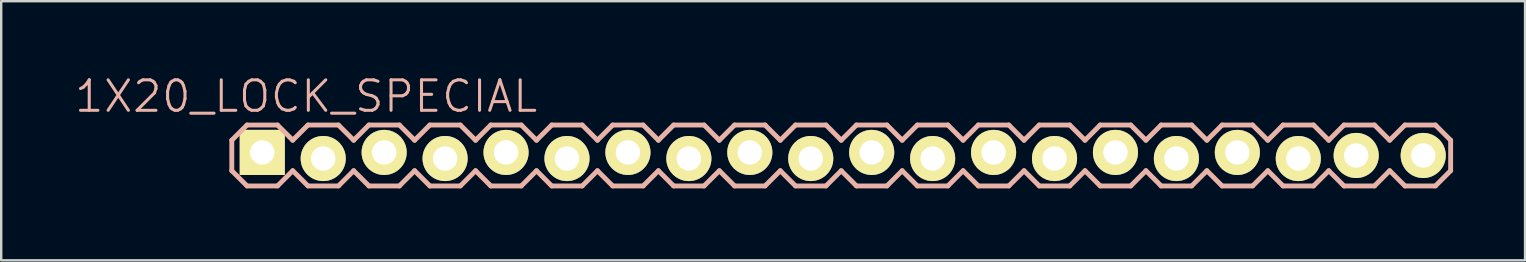
<source format=kicad_pcb>
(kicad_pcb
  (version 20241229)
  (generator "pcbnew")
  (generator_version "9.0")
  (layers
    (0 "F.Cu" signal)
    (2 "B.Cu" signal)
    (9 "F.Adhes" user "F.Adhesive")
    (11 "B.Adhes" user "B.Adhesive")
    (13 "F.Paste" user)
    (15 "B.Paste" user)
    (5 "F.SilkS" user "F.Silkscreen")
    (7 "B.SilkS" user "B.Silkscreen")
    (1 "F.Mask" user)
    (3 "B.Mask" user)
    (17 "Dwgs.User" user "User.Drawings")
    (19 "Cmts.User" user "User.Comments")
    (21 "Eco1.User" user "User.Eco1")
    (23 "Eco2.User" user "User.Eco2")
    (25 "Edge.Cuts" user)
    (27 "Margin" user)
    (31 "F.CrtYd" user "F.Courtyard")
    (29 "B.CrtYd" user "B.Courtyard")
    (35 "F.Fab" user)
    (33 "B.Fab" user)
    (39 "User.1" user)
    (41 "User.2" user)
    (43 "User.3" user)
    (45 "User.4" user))
  (footprint "1X20_LOCK_SPECIAL"
    (layer "F.Cu")
    (at 7.881 3.43)
    (property "Reference" "1X20_LOCK_SPECIAL" (at 1.829 -2.464 0) (layer "B.SilkS") (effects (font (size 1.27 1.27) (thickness 0.127))))
    (attr exclude_from_pos_files exclude_from_bom)
    (fp_line (start -0.254 -0.254) (end 0.254 -0.254) (stroke (width 0.066) (type solid)) (layer "F.SilkS"))
    (fp_line (start -0.254 0.254) (end -0.254 -0.254) (stroke (width 0.066) (type solid)) (layer "F.SilkS"))
    (fp_line (start -0.254 0.254) (end 0.254 0.254) (stroke (width 0.066) (type solid)) (layer "F.SilkS"))
    (fp_line (start 0.254 0.254) (end 0.254 -0.254) (stroke (width 0.066) (type solid)) (layer "F.SilkS"))
    (fp_line (start 2.286 -0.254) (end 2.794 -0.254) (stroke (width 0.066) (type solid)) (layer "F.SilkS"))
    (fp_line (start 2.286 0.254) (end 2.286 -0.254) (stroke (width 0.066) (type solid)) (layer "F.SilkS"))
    (fp_line (start 2.286 0.254) (end 2.794 0.254) (stroke (width 0.066) (type solid)) (layer "F.SilkS"))
    (fp_line (start 2.794 0.254) (end 2.794 -0.254) (stroke (width 0.066) (type solid)) (layer "F.SilkS"))
    (fp_line (start 4.826 -0.254) (end 5.334 -0.254) (stroke (width 0.066) (type solid)) (layer "F.SilkS"))
    (fp_line (start 4.826 0.254) (end 4.826 -0.254) (stroke (width 0.066) (type solid)) (layer "F.SilkS"))
    (fp_line (start 4.826 0.254) (end 5.334 0.254) (stroke (width 0.066) (type solid)) (layer "F.SilkS"))
    (fp_line (start 5.334 0.254) (end 5.334 -0.254) (stroke (width 0.066) (type solid)) (layer "F.SilkS"))
    (fp_line (start 7.366 -0.254) (end 7.874 -0.254) (stroke (width 0.066) (type solid)) (layer "F.SilkS"))
    (fp_line (start 7.366 0.254) (end 7.366 -0.254) (stroke (width 0.066) (type solid)) (layer "F.SilkS"))
    (fp_line (start 7.366 0.254) (end 7.874 0.254) (stroke (width 0.066) (type solid)) (layer "F.SilkS"))
    (fp_line (start 7.874 0.254) (end 7.874 -0.254) (stroke (width 0.066) (type solid)) (layer "F.SilkS"))
    (fp_line (start 9.906 -0.254) (end 10.414 -0.254) (stroke (width 0.066) (type solid)) (layer "F.SilkS"))
    (fp_line (start 9.906 0.254) (end 9.906 -0.254) (stroke (width 0.066) (type solid)) (layer "F.SilkS"))
    (fp_line (start 9.906 0.254) (end 10.414 0.254) (stroke (width 0.066) (type solid)) (layer "F.SilkS"))
    (fp_line (start 10.414 0.254) (end 10.414 -0.254) (stroke (width 0.066) (type solid)) (layer "F.SilkS"))
    (fp_line (start 12.446 -0.254) (end 12.954 -0.254) (stroke (width 0.066) (type solid)) (layer "F.SilkS"))
    (fp_line (start 12.446 0.254) (end 12.446 -0.254) (stroke (width 0.066) (type solid)) (layer "F.SilkS"))
    (fp_line (start 12.446 0.254) (end 12.954 0.254) (stroke (width 0.066) (type solid)) (layer "F.SilkS"))
    (fp_line (start 12.954 0.254) (end 12.954 -0.254) (stroke (width 0.066) (type solid)) (layer "F.SilkS"))
    (fp_line (start 14.986 -0.254) (end 15.494 -0.254) (stroke (width 0.066) (type solid)) (layer "F.SilkS"))
    (fp_line (start 14.986 0.254) (end 14.986 -0.254) (stroke (width 0.066) (type solid)) (layer "F.SilkS"))
    (fp_line (start 14.986 0.254) (end 15.494 0.254) (stroke (width 0.066) (type solid)) (layer "F.SilkS"))
    (fp_line (start 15.494 0.254) (end 15.494 -0.254) (stroke (width 0.066) (type solid)) (layer "F.SilkS"))
    (fp_line (start 17.523 -0.254) (end 18.034 -0.254) (stroke (width 0.066) (type solid)) (layer "F.SilkS"))
    (fp_line (start 17.523 0.254) (end 17.523 -0.254) (stroke (width 0.066) (type solid)) (layer "F.SilkS"))
    (fp_line (start 17.523 0.254) (end 18.034 0.254) (stroke (width 0.066) (type solid)) (layer "F.SilkS"))
    (fp_line (start 18.034 0.254) (end 18.034 -0.254) (stroke (width 0.066) (type solid)) (layer "F.SilkS"))
    (fp_line (start 20.066 -0.254) (end 20.574 -0.254) (stroke (width 0.066) (type solid)) (layer "F.SilkS"))
    (fp_line (start 20.066 0.254) (end 20.066 -0.254) (stroke (width 0.066) (type solid)) (layer "F.SilkS"))
    (fp_line (start 20.066 0.254) (end 20.574 0.254) (stroke (width 0.066) (type solid)) (layer "F.SilkS"))
    (fp_line (start 20.574 0.254) (end 20.574 -0.254) (stroke (width 0.066) (type solid)) (layer "F.SilkS"))
    (fp_line (start 22.606 -0.254) (end 23.114 -0.254) (stroke (width 0.066) (type solid)) (layer "F.SilkS"))
    (fp_line (start 22.606 0.254) (end 22.606 -0.254) (stroke (width 0.066) (type solid)) (layer "F.SilkS"))
    (fp_line (start 22.606 0.254) (end 23.114 0.254) (stroke (width 0.066) (type solid)) (layer "F.SilkS"))
    (fp_line (start 23.114 0.254) (end 23.114 -0.254) (stroke (width 0.066) (type solid)) (layer "F.SilkS"))
    (fp_line (start 25.146 -0.254) (end 25.654 -0.254) (stroke (width 0.066) (type solid)) (layer "F.SilkS"))
    (fp_line (start 25.146 0.254) (end 25.146 -0.254) (stroke (width 0.066) (type solid)) (layer "F.SilkS"))
    (fp_line (start 25.146 0.254) (end 25.654 0.254) (stroke (width 0.066) (type solid)) (layer "F.SilkS"))
    (fp_line (start 25.654 0.254) (end 25.654 -0.254) (stroke (width 0.066) (type solid)) (layer "F.SilkS"))
    (fp_line (start 27.686 -0.254) (end 28.194 -0.254) (stroke (width 0.066) (type solid)) (layer "F.SilkS"))
    (fp_line (start 27.686 0.254) (end 27.686 -0.254) (stroke (width 0.066) (type solid)) (layer "F.SilkS"))
    (fp_line (start 27.686 0.254) (end 28.194 0.254) (stroke (width 0.066) (type solid)) (layer "F.SilkS"))
    (fp_line (start 28.194 0.254) (end 28.194 -0.254) (stroke (width 0.066) (type solid)) (layer "F.SilkS"))
    (fp_line (start 30.226 -0.254) (end 30.734 -0.254) (stroke (width 0.066) (type solid)) (layer "F.SilkS"))
    (fp_line (start 30.226 0.254) (end 30.226 -0.254) (stroke (width 0.066) (type solid)) (layer "F.SilkS"))
    (fp_line (start 30.226 0.254) (end 30.734 0.254) (stroke (width 0.066) (type solid)) (layer "F.SilkS"))
    (fp_line (start 30.734 0.254) (end 30.734 -0.254) (stroke (width 0.066) (type solid)) (layer "F.SilkS"))
    (fp_line (start 32.766 -0.254) (end 33.274 -0.254) (stroke (width 0.066) (type solid)) (layer "F.SilkS"))
    (fp_line (start 32.766 0.254) (end 32.766 -0.254) (stroke (width 0.066) (type solid)) (layer "F.SilkS"))
    (fp_line (start 32.766 0.254) (end 33.274 0.254) (stroke (width 0.066) (type solid)) (layer "F.SilkS"))
    (fp_line (start 33.274 0.254) (end 33.274 -0.254) (stroke (width 0.066) (type solid)) (layer "F.SilkS"))
    (fp_line (start 35.303 -0.254) (end 35.814 -0.254) (stroke (width 0.066) (type solid)) (layer "F.SilkS"))
    (fp_line (start 35.303 0.254) (end 35.303 -0.254) (stroke (width 0.066) (type solid)) (layer "F.SilkS"))
    (fp_line (start 35.303 0.254) (end 35.814 0.254) (stroke (width 0.066) (type solid)) (layer "F.SilkS"))
    (fp_line (start 35.814 0.254) (end 35.814 -0.254) (stroke (width 0.066) (type solid)) (layer "F.SilkS"))
    (fp_line (start 37.846 -0.254) (end 38.354 -0.254) (stroke (width 0.066) (type solid)) (layer "F.SilkS"))
    (fp_line (start 37.846 0.254) (end 37.846 -0.254) (stroke (width 0.066) (type solid)) (layer "F.SilkS"))
    (fp_line (start 37.846 0.254) (end 38.354 0.254) (stroke (width 0.066) (type solid)) (layer "F.SilkS"))
    (fp_line (start 38.354 0.254) (end 38.354 -0.254) (stroke (width 0.066) (type solid)) (layer "F.SilkS"))
    (fp_line (start 40.386 -0.254) (end 40.894 -0.254) (stroke (width 0.066) (type solid)) (layer "F.SilkS"))
    (fp_line (start 40.386 0.254) (end 40.386 -0.254) (stroke (width 0.066) (type solid)) (layer "F.SilkS"))
    (fp_line (start 40.386 0.254) (end 40.894 0.254) (stroke (width 0.066) (type solid)) (layer "F.SilkS"))
    (fp_line (start 40.894 0.254) (end 40.894 -0.254) (stroke (width 0.066) (type solid)) (layer "F.SilkS"))
    (fp_line (start 42.926 -0.254) (end 43.434 -0.254) (stroke (width 0.066) (type solid)) (layer "F.SilkS"))
    (fp_line (start 42.926 0.254) (end 42.926 -0.254) (stroke (width 0.066) (type solid)) (layer "F.SilkS"))
    (fp_line (start 42.926 0.254) (end 43.434 0.254) (stroke (width 0.066) (type solid)) (layer "F.SilkS"))
    (fp_line (start 43.434 0.254) (end 43.434 -0.254) (stroke (width 0.066) (type solid)) (layer "F.SilkS"))
    (fp_line (start 45.466 -0.254) (end 45.974 -0.254) (stroke (width 0.066) (type solid)) (layer "F.SilkS"))
    (fp_line (start 45.466 0.254) (end 45.466 -0.254) (stroke (width 0.066) (type solid)) (layer "F.SilkS"))
    (fp_line (start 45.466 0.254) (end 45.974 0.254) (stroke (width 0.066) (type solid)) (layer "F.SilkS"))
    (fp_line (start 45.974 0.254) (end 45.974 -0.254) (stroke (width 0.066) (type solid)) (layer "F.SilkS"))
    (fp_line (start 48.006 -0.254) (end 48.514 -0.254) (stroke (width 0.066) (type solid)) (layer "F.SilkS"))
    (fp_line (start 48.006 0.254) (end 48.006 -0.254) (stroke (width 0.066) (type solid)) (layer "F.SilkS"))
    (fp_line (start 48.006 0.254) (end 48.514 0.254) (stroke (width 0.066) (type solid)) (layer "F.SilkS"))
    (fp_line (start 48.514 0.254) (end 48.514 -0.254) (stroke (width 0.066) (type solid)) (layer "F.SilkS"))
    (fp_line (start -1.27 -0.635) (end -1.27 0.635) (stroke (width 0.203) (type solid)) (layer "B.SilkS"))
    (fp_line (start -1.27 0.635) (end -0.635 1.27) (stroke (width 0.203) (type solid)) (layer "B.SilkS"))
    (fp_line (start -0.635 -1.27) (end -1.27 -0.635) (stroke (width 0.203) (type solid)) (layer "B.SilkS"))
    (fp_line (start -0.635 -1.27) (end 0.635 -1.27) (stroke (width 0.203) (type solid)) (layer "B.SilkS"))
    (fp_line (start 0.635 -1.27) (end 1.27 -0.635) (stroke (width 0.203) (type solid)) (layer "B.SilkS"))
    (fp_line (start 0.635 1.27) (end -0.635 1.27) (stroke (width 0.203) (type solid)) (layer "B.SilkS"))
    (fp_line (start 1.27 -0.635) (end 1.905 -1.27) (stroke (width 0.203) (type solid)) (layer "B.SilkS"))
    (fp_line (start 1.27 0.635) (end 0.635 1.27) (stroke (width 0.203) (type solid)) (layer "B.SilkS"))
    (fp_line (start 1.905 -1.27) (end 3.175 -1.27) (stroke (width 0.203) (type solid)) (layer "B.SilkS"))
    (fp_line (start 1.905 1.27) (end 1.27 0.635) (stroke (width 0.203) (type solid)) (layer "B.SilkS"))
    (fp_line (start 3.175 -1.27) (end 3.81 -0.635) (stroke (width 0.203) (type solid)) (layer "B.SilkS"))
    (fp_line (start 3.175 1.27) (end 1.905 1.27) (stroke (width 0.203) (type solid)) (layer "B.SilkS"))
    (fp_line (start 3.81 -0.635) (end 4.445 -1.27) (stroke (width 0.203) (type solid)) (layer "B.SilkS"))
    (fp_line (start 3.81 0.635) (end 3.175 1.27) (stroke (width 0.203) (type solid)) (layer "B.SilkS"))
    (fp_line (start 4.445 -1.27) (end 5.715 -1.27) (stroke (width 0.203) (type solid)) (layer "B.SilkS"))
    (fp_line (start 4.445 1.27) (end 3.81 0.635) (stroke (width 0.203) (type solid)) (layer "B.SilkS"))
    (fp_line (start 5.715 -1.27) (end 6.35 -0.635) (stroke (width 0.203) (type solid)) (layer "B.SilkS"))
    (fp_line (start 5.715 1.27) (end 4.445 1.27) (stroke (width 0.203) (type solid)) (layer "B.SilkS"))
    (fp_line (start 6.35 0.635) (end 5.715 1.27) (stroke (width 0.203) (type solid)) (layer "B.SilkS"))
    (fp_line (start 6.35 0.635) (end 6.985 1.27) (stroke (width 0.203) (type solid)) (layer "B.SilkS"))
    (fp_line (start 6.985 -1.27) (end 6.35 -0.635) (stroke (width 0.203) (type solid)) (layer "B.SilkS"))
    (fp_line (start 6.985 -1.27) (end 8.255 -1.27) (stroke (width 0.203) (type solid)) (layer "B.SilkS"))
    (fp_line (start 8.255 -1.27) (end 8.89 -0.635) (stroke (width 0.203) (type solid)) (layer "B.SilkS"))
    (fp_line (start 8.255 1.27) (end 6.985 1.27) (stroke (width 0.203) (type solid)) (layer "B.SilkS"))
    (fp_line (start 8.89 -0.635) (end 9.525 -1.27) (stroke (width 0.203) (type solid)) (layer "B.SilkS"))
    (fp_line (start 8.89 0.635) (end 8.255 1.27) (stroke (width 0.203) (type solid)) (layer "B.SilkS"))
    (fp_line (start 9.525 -1.27) (end 10.795 -1.27) (stroke (width 0.203) (type solid)) (layer "B.SilkS"))
    (fp_line (start 9.525 1.27) (end 8.89 0.635) (stroke (width 0.203) (type solid)) (layer "B.SilkS"))
    (fp_line (start 10.795 -1.27) (end 11.43 -0.635) (stroke (width 0.203) (type solid)) (layer "B.SilkS"))
    (fp_line (start 10.795 1.27) (end 9.525 1.27) (stroke (width 0.203) (type solid)) (layer "B.SilkS"))
    (fp_line (start 11.43 -0.635) (end 12.065 -1.27) (stroke (width 0.203) (type solid)) (layer "B.SilkS"))
    (fp_line (start 11.43 0.635) (end 10.795 1.27) (stroke (width 0.203) (type solid)) (layer "B.SilkS"))
    (fp_line (start 12.065 -1.27) (end 13.335 -1.27) (stroke (width 0.203) (type solid)) (layer "B.SilkS"))
    (fp_line (start 12.065 1.27) (end 11.43 0.635) (stroke (width 0.203) (type solid)) (layer "B.SilkS"))
    (fp_line (start 13.335 -1.27) (end 13.97 -0.635) (stroke (width 0.203) (type solid)) (layer "B.SilkS"))
    (fp_line (start 13.335 1.27) (end 12.065 1.27) (stroke (width 0.203) (type solid)) (layer "B.SilkS"))
    (fp_line (start 13.97 0.635) (end 13.335 1.27) (stroke (width 0.203) (type solid)) (layer "B.SilkS"))
    (fp_line (start 13.97 0.635) (end 14.605 1.27) (stroke (width 0.203) (type solid)) (layer "B.SilkS"))
    (fp_line (start 14.605 -1.27) (end 13.97 -0.635) (stroke (width 0.203) (type solid)) (layer "B.SilkS"))
    (fp_line (start 14.605 -1.27) (end 15.875 -1.27) (stroke (width 0.203) (type solid)) (layer "B.SilkS"))
    (fp_line (start 15.875 -1.27) (end 16.51 -0.635) (stroke (width 0.203) (type solid)) (layer "B.SilkS"))
    (fp_line (start 15.875 1.27) (end 14.605 1.27) (stroke (width 0.203) (type solid)) (layer "B.SilkS"))
    (fp_line (start 16.51 0.635) (end 15.875 1.27) (stroke (width 0.203) (type solid)) (layer "B.SilkS"))
    (fp_line (start 16.51 0.635) (end 17.145 1.27) (stroke (width 0.203) (type solid)) (layer "B.SilkS"))
    (fp_line (start 17.145 -1.27) (end 16.51 -0.635) (stroke (width 0.203) (type solid)) (layer "B.SilkS"))
    (fp_line (start 17.145 -1.27) (end 18.415 -1.27) (stroke (width 0.203) (type solid)) (layer "B.SilkS"))
    (fp_line (start 18.415 -1.27) (end 19.05 -0.635) (stroke (width 0.203) (type solid)) (layer "B.SilkS"))
    (fp_line (start 18.415 1.27) (end 17.145 1.27) (stroke (width 0.203) (type solid)) (layer "B.SilkS"))
    (fp_line (start 19.05 -0.635) (end 19.685 -1.27) (stroke (width 0.203) (type solid)) (layer "B.SilkS"))
    (fp_line (start 19.05 0.635) (end 18.415 1.27) (stroke (width 0.203) (type solid)) (layer "B.SilkS"))
    (fp_line (start 19.685 -1.27) (end 20.955 -1.27) (stroke (width 0.203) (type solid)) (layer "B.SilkS"))
    (fp_line (start 19.685 1.27) (end 19.05 0.635) (stroke (width 0.203) (type solid)) (layer "B.SilkS"))
    (fp_line (start 20.955 -1.27) (end 21.59 -0.635) (stroke (width 0.203) (type solid)) (layer "B.SilkS"))
    (fp_line (start 20.955 1.27) (end 19.685 1.27) (stroke (width 0.203) (type solid)) (layer "B.SilkS"))
    (fp_line (start 21.59 -0.635) (end 22.225 -1.27) (stroke (width 0.203) (type solid)) (layer "B.SilkS"))
    (fp_line (start 21.59 0.635) (end 20.955 1.27) (stroke (width 0.203) (type solid)) (layer "B.SilkS"))
    (fp_line (start 22.225 -1.27) (end 23.495 -1.27) (stroke (width 0.203) (type solid)) (layer "B.SilkS"))
    (fp_line (start 22.225 1.27) (end 21.59 0.635) (stroke (width 0.203) (type solid)) (layer "B.SilkS"))
    (fp_line (start 23.495 -1.27) (end 24.13 -0.635) (stroke (width 0.203) (type solid)) (layer "B.SilkS"))
    (fp_line (start 23.495 1.27) (end 22.225 1.27) (stroke (width 0.203) (type solid)) (layer "B.SilkS"))
    (fp_line (start 24.13 0.635) (end 23.495 1.27) (stroke (width 0.203) (type solid)) (layer "B.SilkS"))
    (fp_line (start 24.13 0.635) (end 24.765 1.27) (stroke (width 0.203) (type solid)) (layer "B.SilkS"))
    (fp_line (start 24.765 -1.27) (end 24.13 -0.635) (stroke (width 0.203) (type solid)) (layer "B.SilkS"))
    (fp_line (start 24.765 -1.27) (end 26.035 -1.27) (stroke (width 0.203) (type solid)) (layer "B.SilkS"))
    (fp_line (start 26.035 -1.27) (end 26.67 -0.635) (stroke (width 0.203) (type solid)) (layer "B.SilkS"))
    (fp_line (start 26.035 1.27) (end 24.765 1.27) (stroke (width 0.203) (type solid)) (layer "B.SilkS"))
    (fp_line (start 26.67 -0.635) (end 27.305 -1.27) (stroke (width 0.203) (type solid)) (layer "B.SilkS"))
    (fp_line (start 26.67 0.635) (end 26.035 1.27) (stroke (width 0.203) (type solid)) (layer "B.SilkS"))
    (fp_line (start 27.305 -1.27) (end 28.575 -1.27) (stroke (width 0.203) (type solid)) (layer "B.SilkS"))
    (fp_line (start 27.305 1.27) (end 26.67 0.635) (stroke (width 0.203) (type solid)) (layer "B.SilkS"))
    (fp_line (start 28.575 -1.27) (end 29.21 -0.635) (stroke (width 0.203) (type solid)) (layer "B.SilkS"))
    (fp_line (start 28.575 1.27) (end 27.305 1.27) (stroke (width 0.203) (type solid)) (layer "B.SilkS"))
    (fp_line (start 29.21 -0.635) (end 29.845 -1.27) (stroke (width 0.203) (type solid)) (layer "B.SilkS"))
    (fp_line (start 29.21 0.635) (end 28.575 1.27) (stroke (width 0.203) (type solid)) (layer "B.SilkS"))
    (fp_line (start 29.845 -1.27) (end 31.115 -1.27) (stroke (width 0.203) (type solid)) (layer "B.SilkS"))
    (fp_line (start 29.845 1.27) (end 29.21 0.635) (stroke (width 0.203) (type solid)) (layer "B.SilkS"))
    (fp_line (start 31.115 -1.27) (end 31.75 -0.635) (stroke (width 0.203) (type solid)) (layer "B.SilkS"))
    (fp_line (start 31.115 1.27) (end 29.845 1.27) (stroke (width 0.203) (type solid)) (layer "B.SilkS"))
    (fp_line (start 31.75 0.635) (end 31.115 1.27) (stroke (width 0.203) (type solid)) (layer "B.SilkS"))
    (fp_line (start 31.75 0.635) (end 32.385 1.27) (stroke (width 0.203) (type solid)) (layer "B.SilkS"))
    (fp_line (start 32.385 -1.27) (end 31.75 -0.635) (stroke (width 0.203) (type solid)) (layer "B.SilkS"))
    (fp_line (start 32.385 -1.27) (end 33.655 -1.27) (stroke (width 0.203) (type solid)) (layer "B.SilkS"))
    (fp_line (start 33.655 -1.27) (end 34.29 -0.635) (stroke (width 0.203) (type solid)) (layer "B.SilkS"))
    (fp_line (start 33.655 1.27) (end 32.385 1.27) (stroke (width 0.203) (type solid)) (layer "B.SilkS"))
    (fp_line (start 34.29 0.635) (end 33.655 1.27) (stroke (width 0.203) (type solid)) (layer "B.SilkS"))
    (fp_line (start 34.29 0.635) (end 34.925 1.27) (stroke (width 0.203) (type solid)) (layer "B.SilkS"))
    (fp_line (start 34.925 -1.27) (end 34.29 -0.635) (stroke (width 0.203) (type solid)) (layer "B.SilkS"))
    (fp_line (start 34.925 -1.27) (end 36.195 -1.27) (stroke (width 0.203) (type solid)) (layer "B.SilkS"))
    (fp_line (start 36.195 -1.27) (end 36.83 -0.635) (stroke (width 0.203) (type solid)) (layer "B.SilkS"))
    (fp_line (start 36.195 1.27) (end 34.925 1.27) (stroke (width 0.203) (type solid)) (layer "B.SilkS"))
    (fp_line (start 36.83 0.635) (end 36.195 1.27) (stroke (width 0.203) (type solid)) (layer "B.SilkS"))
    (fp_line (start 36.83 0.635) (end 37.465 1.27) (stroke (width 0.203) (type solid)) (layer "B.SilkS"))
    (fp_line (start 37.465 -1.27) (end 36.83 -0.635) (stroke (width 0.203) (type solid)) (layer "B.SilkS"))
    (fp_line (start 37.465 -1.27) (end 38.735 -1.27) (stroke (width 0.203) (type solid)) (layer "B.SilkS"))
    (fp_line (start 38.735 -1.27) (end 39.37 -0.635) (stroke (width 0.203) (type solid)) (layer "B.SilkS"))
    (fp_line (start 38.735 1.27) (end 37.465 1.27) (stroke (width 0.203) (type solid)) (layer "B.SilkS"))
    (fp_line (start 39.37 0.635) (end 38.735 1.27) (stroke (width 0.203) (type solid)) (layer "B.SilkS"))
    (fp_line (start 39.37 0.635) (end 40.005 1.27) (stroke (width 0.203) (type solid)) (layer "B.SilkS"))
    (fp_line (start 40.005 -1.27) (end 39.37 -0.635) (stroke (width 0.203) (type solid)) (layer "B.SilkS"))
    (fp_line (start 40.005 -1.27) (end 41.275 -1.27) (stroke (width 0.203) (type solid)) (layer "B.SilkS"))
    (fp_line (start 41.275 -1.27) (end 41.91 -0.635) (stroke (width 0.203) (type solid)) (layer "B.SilkS"))
    (fp_line (start 41.275 1.27) (end 40.005 1.27) (stroke (width 0.203) (type solid)) (layer "B.SilkS"))
    (fp_line (start 41.91 0.635) (end 41.275 1.27) (stroke (width 0.203) (type solid)) (layer "B.SilkS"))
    (fp_line (start 41.91 0.635) (end 42.545 1.27) (stroke (width 0.203) (type solid)) (layer "B.SilkS"))
    (fp_line (start 42.545 -1.27) (end 41.91 -0.635) (stroke (width 0.203) (type solid)) (layer "B.SilkS"))
    (fp_line (start 42.545 -1.27) (end 43.815 -1.27) (stroke (width 0.203) (type solid)) (layer "B.SilkS"))
    (fp_line (start 43.815 -1.27) (end 44.45 -0.635) (stroke (width 0.203) (type solid)) (layer "B.SilkS"))
    (fp_line (start 43.815 1.27) (end 42.545 1.27) (stroke (width 0.203) (type solid)) (layer "B.SilkS"))
    (fp_line (start 44.45 0.635) (end 43.815 1.27) (stroke (width 0.203) (type solid)) (layer "B.SilkS"))
    (fp_line (start 44.45 0.635) (end 45.085 1.27) (stroke (width 0.203) (type solid)) (layer "B.SilkS"))
    (fp_line (start 45.085 -1.27) (end 44.45 -0.635) (stroke (width 0.203) (type solid)) (layer "B.SilkS"))
    (fp_line (start 45.085 -1.27) (end 46.355 -1.27) (stroke (width 0.203) (type solid)) (layer "B.SilkS"))
    (fp_line (start 46.355 -1.27) (end 46.99 -0.635) (stroke (width 0.203) (type solid)) (layer "B.SilkS"))
    (fp_line (start 46.355 1.27) (end 45.085 1.27) (stroke (width 0.203) (type solid)) (layer "B.SilkS"))
    (fp_line (start 46.99 0.635) (end 46.355 1.27) (stroke (width 0.203) (type solid)) (layer "B.SilkS"))
    (fp_line (start 46.99 0.635) (end 47.625 1.27) (stroke (width 0.203) (type solid)) (layer "B.SilkS"))
    (fp_line (start 47.625 -1.27) (end 46.99 -0.635) (stroke (width 0.203) (type solid)) (layer "B.SilkS"))
    (fp_line (start 47.625 -1.27) (end 48.895 -1.27) (stroke (width 0.203) (type solid)) (layer "B.SilkS"))
    (fp_line (start 48.895 -1.27) (end 49.53 -0.635) (stroke (width 0.203) (type solid)) (layer "B.SilkS"))
    (fp_line (start 48.895 1.27) (end 47.625 1.27) (stroke (width 0.203) (type solid)) (layer "B.SilkS"))
    (fp_line (start 49.53 -0.635) (end 49.53 0.635) (stroke (width 0.203) (type solid)) (layer "B.SilkS"))
    (fp_line (start 49.53 0.635) (end 48.895 1.27) (stroke (width 0.203) (type solid)) (layer "B.SilkS"))
    (pad "1" thru_hole rect (at 0 -0.127) (size 1.88 1.88) (drill 1.016) (layers "*.Cu" "F.Mask" "F.SilkS" "F.Paste"))
    (pad "2" thru_hole circle (at 2.54 0.127) (size 1.88 1.88) (drill 1.016) (layers "*.Cu" "F.Mask" "F.SilkS" "F.Paste"))
    (pad "3" thru_hole circle (at 5.08 -0.127) (size 1.88 1.88) (drill 1.016) (layers "*.Cu" "F.Mask" "F.SilkS" "F.Paste"))
    (pad "4" thru_hole circle (at 7.62 0.127) (size 1.88 1.88) (drill 1.016) (layers "*.Cu" "F.Mask" "F.SilkS" "F.Paste"))
    (pad "5" thru_hole circle (at 10.16 -0.127) (size 1.88 1.88) (drill 1.016) (layers "*.Cu" "F.Mask" "F.SilkS" "F.Paste"))
    (pad "6" thru_hole circle (at 12.7 0.127) (size 1.88 1.88) (drill 1.016) (layers "*.Cu" "F.Mask" "F.SilkS" "F.Paste"))
    (pad "7" thru_hole circle (at 15.24 -0.127) (size 1.88 1.88) (drill 1.016) (layers "*.Cu" "F.Mask" "F.SilkS" "F.Paste"))
    (pad "8" thru_hole circle (at 17.78 0.127) (size 1.88 1.88) (drill 1.016) (layers "*.Cu" "F.Mask" "F.SilkS" "F.Paste"))
    (pad "9" thru_hole circle (at 20.32 -0.127) (size 1.88 1.88) (drill 1.016) (layers "*.Cu" "F.Mask" "F.SilkS" "F.Paste"))
    (pad "10" thru_hole circle (at 22.86 0.127) (size 1.88 1.88) (drill 1.016) (layers "*.Cu" "F.Mask" "F.SilkS" "F.Paste"))
    (pad "11" thru_hole circle (at 25.4 -0.127) (size 1.88 1.88) (drill 1.016) (layers "*.Cu" "F.Mask" "F.SilkS" "F.Paste"))
    (pad "12" thru_hole circle (at 27.94 0.127) (size 1.88 1.88) (drill 1.016) (layers "*.Cu" "F.Mask" "F.SilkS" "F.Paste"))
    (pad "13" thru_hole circle (at 30.48 -0.127) (size 1.88 1.88) (drill 1.016) (layers "*.Cu" "F.Mask" "F.SilkS" "F.Paste"))
    (pad "14" thru_hole circle (at 33.02 0.127) (size 1.88 1.88) (drill 1.016) (layers "*.Cu" "F.Mask" "F.SilkS" "F.Paste"))
    (pad "15" thru_hole circle (at 35.56 -0.127) (size 1.88 1.88) (drill 1.016) (layers "*.Cu" "F.Mask" "F.SilkS" "F.Paste"))
    (pad "16" thru_hole circle (at 38.1 0.127) (size 1.88 1.88) (drill 1.016) (layers "*.Cu" "F.Mask" "F.SilkS" "F.Paste"))
    (pad "17" thru_hole circle (at 40.64 -0.127) (size 1.88 1.88) (drill 1.016) (layers "*.Cu" "F.Mask" "F.SilkS" "F.Paste"))
    (pad "18" thru_hole circle (at 43.18 0.127) (size 1.88 1.88) (drill 1.016) (layers "*.Cu" "F.Mask" "F.SilkS" "F.Paste"))
    (pad "19" thru_hole circle (at 45.593 0) (size 1.88 1.88) (drill 1.016) (layers "*.Cu" "F.Mask" "F.SilkS" "F.Paste"))
    (pad "20" thru_hole circle (at 48.387 0) (size 1.88 1.88) (drill 1.016) (layers "*.Cu" "F.Mask" "F.SilkS" "F.Paste")))
  (gr_rect
    (start -3 -3)
    (end 60.512 7.801)
    (stroke (width 0.1) (type default))
    (fill no)
    (layer "Edge.Cuts")))
</source>
